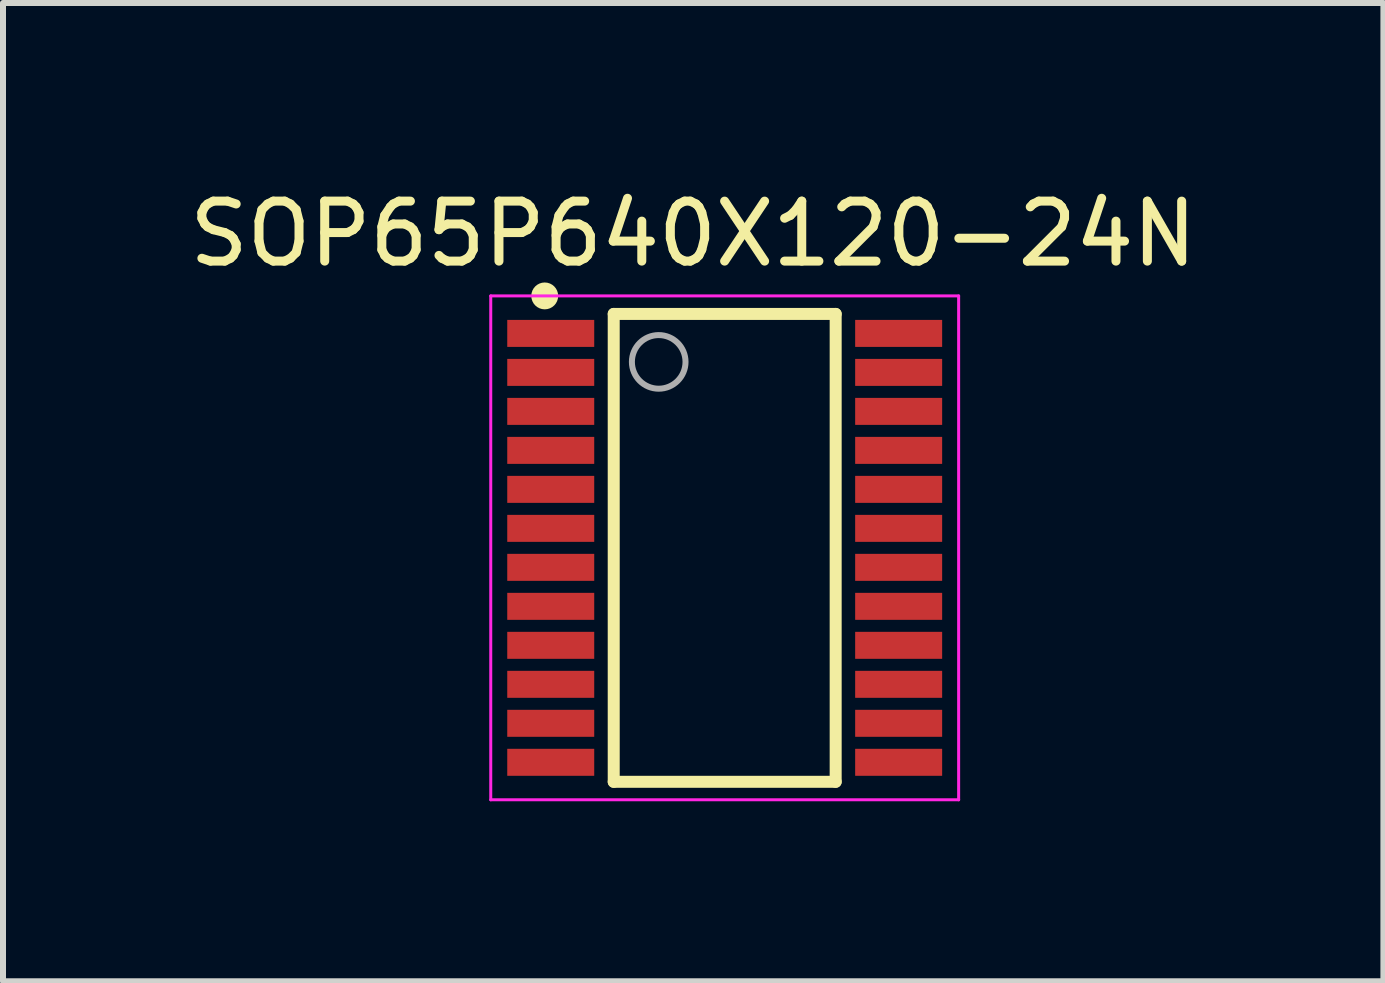
<source format=kicad_pcb>
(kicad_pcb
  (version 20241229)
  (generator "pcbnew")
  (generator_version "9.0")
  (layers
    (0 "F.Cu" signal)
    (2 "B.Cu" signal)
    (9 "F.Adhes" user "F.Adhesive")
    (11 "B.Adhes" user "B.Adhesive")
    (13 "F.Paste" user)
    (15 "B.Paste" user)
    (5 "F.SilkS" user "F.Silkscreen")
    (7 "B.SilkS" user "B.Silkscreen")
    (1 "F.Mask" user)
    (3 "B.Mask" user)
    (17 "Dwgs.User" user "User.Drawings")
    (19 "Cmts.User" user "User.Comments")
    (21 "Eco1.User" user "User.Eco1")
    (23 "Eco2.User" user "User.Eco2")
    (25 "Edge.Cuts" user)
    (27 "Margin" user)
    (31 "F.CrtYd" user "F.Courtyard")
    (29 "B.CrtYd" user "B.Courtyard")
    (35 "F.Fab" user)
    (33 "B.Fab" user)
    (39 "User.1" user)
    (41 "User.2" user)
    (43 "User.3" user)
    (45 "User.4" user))
  (footprint "SOP65P640X120-24N"
    (layer "F.Cu")
    (at 9.031 6.083)
    (property "Reference" "SOP65P640X120-24N" (at -0.525 -5.235 0) (layer "F.SilkS") (effects (font (size 1 1) (thickness 0.15))))
    (attr smd)
    (fp_line (start -1.85 -3.9) (end 1.85 -3.9) (stroke (width 0.2) (type solid)) (layer "F.SilkS"))
    (fp_line (start -1.85 3.9) (end -1.85 -3.9) (stroke (width 0.2) (type solid)) (layer "F.SilkS"))
    (fp_line (start 1.85 -3.9) (end 1.85 3.9) (stroke (width 0.2) (type solid)) (layer "F.SilkS"))
    (fp_line (start 1.85 3.9) (end -1.85 3.9) (stroke (width 0.2) (type solid)) (layer "F.SilkS"))
    (fp_circle (center -3 -4.2) (end -2.859 -4.2) (stroke (width 0) (type solid)) (fill yes) (layer "F.SilkS"))
    (fp_circle (center -3 -4.2) (end -2.859 -4.2) (stroke (width 0) (type solid)) (fill yes) (layer "F.SilkS"))
    (fp_circle (center -3 -4.2) (end -2.776 -4.2) (stroke (width 0) (type solid)) (fill yes) (layer "F.SilkS"))
    (fp_line (start -3.9 -4.2) (end 3.9 -4.2) (stroke (width 0.05) (type solid)) (layer "F.CrtYd"))
    (fp_line (start -3.9 4.2) (end -3.9 -4.2) (stroke (width 0.05) (type solid)) (layer "F.CrtYd"))
    (fp_line (start 3.9 -4.2) (end 3.9 4.2) (stroke (width 0.05) (type solid)) (layer "F.CrtYd"))
    (fp_line (start 3.9 4.2) (end -3.9 4.2) (stroke (width 0.05) (type solid)) (layer "F.CrtYd"))
    (fp_circle (center -1.1 -3.1) (end -0.653 -3.1) (stroke (width 0.1) (type solid)) (fill no) (layer "F.Fab"))
    (pad "1" smd rect (at -2.9 -3.575) (size 1.45 0.45) (layers "F.Cu" "F.Mask" "F.Paste"))
    (pad "2" smd rect (at -2.9 -2.925) (size 1.45 0.45) (layers "F.Cu" "F.Mask" "F.Paste"))
    (pad "3" smd rect (at -2.9 -2.275) (size 1.45 0.45) (layers "F.Cu" "F.Mask" "F.Paste"))
    (pad "4" smd rect (at -2.9 -1.625) (size 1.45 0.45) (layers "F.Cu" "F.Mask" "F.Paste"))
    (pad "5" smd rect (at -2.9 -0.975) (size 1.45 0.45) (layers "F.Cu" "F.Mask" "F.Paste"))
    (pad "6" smd rect (at -2.9 -0.325) (size 1.45 0.45) (layers "F.Cu" "F.Mask" "F.Paste"))
    (pad "7" smd rect (at -2.9 0.325) (size 1.45 0.45) (layers "F.Cu" "F.Mask" "F.Paste"))
    (pad "8" smd rect (at -2.9 0.975) (size 1.45 0.45) (layers "F.Cu" "F.Mask" "F.Paste"))
    (pad "9" smd rect (at -2.9 1.625) (size 1.45 0.45) (layers "F.Cu" "F.Mask" "F.Paste"))
    (pad "10" smd rect (at -2.9 2.275) (size 1.45 0.45) (layers "F.Cu" "F.Mask" "F.Paste"))
    (pad "11" smd rect (at -2.9 2.925) (size 1.45 0.45) (layers "F.Cu" "F.Mask" "F.Paste"))
    (pad "12" smd rect (at -2.9 3.575) (size 1.45 0.45) (layers "F.Cu" "F.Mask" "F.Paste"))
    (pad "13" smd rect (at 2.9 3.575) (size 1.45 0.45) (layers "F.Cu" "F.Mask" "F.Paste"))
    (pad "14" smd rect (at 2.9 2.925) (size 1.45 0.45) (layers "F.Cu" "F.Mask" "F.Paste"))
    (pad "15" smd rect (at 2.9 2.275) (size 1.45 0.45) (layers "F.Cu" "F.Mask" "F.Paste"))
    (pad "16" smd rect (at 2.9 1.625) (size 1.45 0.45) (layers "F.Cu" "F.Mask" "F.Paste"))
    (pad "17" smd rect (at 2.9 0.975) (size 1.45 0.45) (layers "F.Cu" "F.Mask" "F.Paste"))
    (pad "18" smd rect (at 2.9 0.325) (size 1.45 0.45) (layers "F.Cu" "F.Mask" "F.Paste"))
    (pad "19" smd rect (at 2.9 -0.325) (size 1.45 0.45) (layers "F.Cu" "F.Mask" "F.Paste"))
    (pad "20" smd rect (at 2.9 -0.975) (size 1.45 0.45) (layers "F.Cu" "F.Mask" "F.Paste"))
    (pad "21" smd rect (at 2.9 -1.625) (size 1.45 0.45) (layers "F.Cu" "F.Mask" "F.Paste"))
    (pad "22" smd rect (at 2.9 -2.275) (size 1.45 0.45) (layers "F.Cu" "F.Mask" "F.Paste"))
    (pad "23" smd rect (at 2.9 -2.925) (size 1.45 0.45) (layers "F.Cu" "F.Mask" "F.Paste"))
    (pad "24" smd rect (at 2.9 -3.575) (size 1.45 0.45) (layers "F.Cu" "F.Mask" "F.Paste")))
  (gr_rect
    (start -3 -3)
    (end 20.012 13.308)
    (stroke (width 0.1) (type default))
    (fill no)
    (layer "Edge.Cuts")))
</source>
